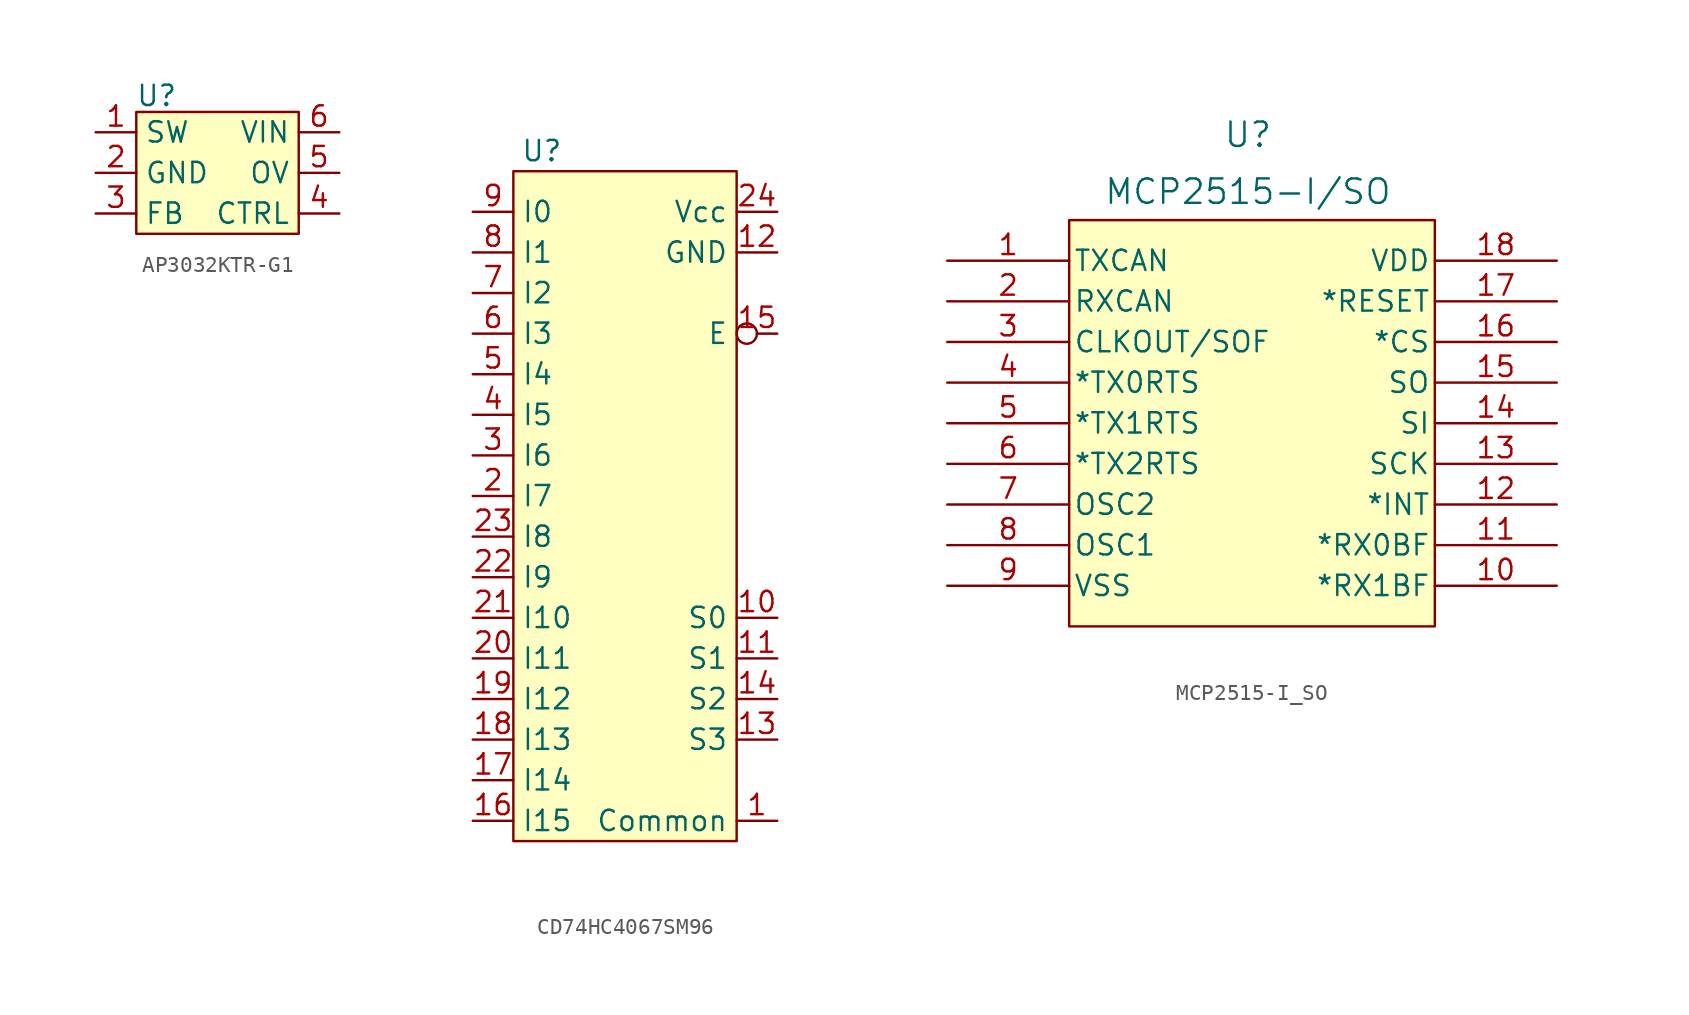
<source format=kicad_sym>
(kicad_symbol_lib
  (version 20231120)
  (generator "kicad_symbol_editor")
  (generator_version "8.0")
  (symbol "AP3032KTR-G1"
    (property "Reference" "U"
      (at 1.27 1.016 0)
      (effects (font (size 1.27 1.27))))
    (property "Value" ""
      (at 0 0 0)
      (effects (font (size 1.27 1.27))))
    (symbol "AP3032KTR-G1_1_1"
      (rectangle (start 0 0) (end 10.16 -7.62) (stroke (width 0) (type default)) (fill (type background)))
      (pin input line (at -2.54 -1.27 0) (length 2.54) (name "SW" (effects (font (size 1.27 1.27)))) (number "1" (effects (font (size 1.27 1.27)))))
      (pin input line (at -2.54 -3.81 0) (length 2.54) (name "GND" (effects (font (size 1.27 1.27)))) (number "2" (effects (font (size 1.27 1.27)))))
      (pin input line (at -2.54 -6.35 0) (length 2.54) (name "FB" (effects (font (size 1.27 1.27)))) (number "3" (effects (font (size 1.27 1.27)))))
      (pin input line (at 12.7 -6.35 180) (length 2.54) (name "CTRL" (effects (font (size 1.27 1.27)))) (number "4" (effects (font (size 1.27 1.27)))))
      (pin input line (at 12.7 -3.81 180) (length 2.54) (name "OV" (effects (font (size 1.27 1.27)))) (number "5" (effects (font (size 1.27 1.27)))))
      (pin input line (at 12.7 -1.27 180) (length 2.54) (name "VIN" (effects (font (size 1.27 1.27)))) (number "6" (effects (font (size 1.27 1.27)))))))
  (symbol "CD74HC4067SM96"
    (property "Reference" "U"
      (at 1.778 1.27 0)
      (effects (font (size 1.27 1.27))))
    (property "Value" ""
      (at 0 -1.27 0)
      (effects (font (size 1.27 1.27))))
    (symbol "CD74HC4067SM96_1_1"
      (rectangle (start 0 0) (end 13.97 -41.91) (stroke (width 0) (type default)) (fill (type background)))
      (pin output line (at 16.51 -40.64 180) (length 2.54) (name "Common" (effects (font (size 1.27 1.27)))) (number "1" (effects (font (size 1.27 1.27)))))
      (pin input line (at 16.51 -27.94 180) (length 2.54) (name "S0" (effects (font (size 1.27 1.27)))) (number "10" (effects (font (size 1.27 1.27)))))
      (pin input line (at 16.51 -30.48 180) (length 2.54) (name "S1" (effects (font (size 1.27 1.27)))) (number "11" (effects (font (size 1.27 1.27)))))
      (pin power_in line (at 16.51 -5.08 180) (length 2.54) (name "GND" (effects (font (size 1.27 1.27)))) (number "12" (effects (font (size 1.27 1.27)))))
      (pin input line (at 16.51 -35.56 180) (length 2.54) (name "S3" (effects (font (size 1.27 1.27)))) (number "13" (effects (font (size 1.27 1.27)))))
      (pin input line (at 16.51 -33.02 180) (length 2.54) (name "S2" (effects (font (size 1.27 1.27)))) (number "14" (effects (font (size 1.27 1.27)))))
      (pin input inverted (at 16.51 -10.16 180) (length 2.54) (name "E" (effects (font (size 1.27 1.27)))) (number "15" (effects (font (size 1.27 1.27)))))
      (pin input line (at -2.54 -40.64 0) (length 2.54) (name "I15" (effects (font (size 1.27 1.27)))) (number "16" (effects (font (size 1.27 1.27)))))
      (pin input line (at -2.54 -38.1 0) (length 2.54) (name "I14" (effects (font (size 1.27 1.27)))) (number "17" (effects (font (size 1.27 1.27)))))
      (pin input line (at -2.54 -35.56 0) (length 2.54) (name "I13" (effects (font (size 1.27 1.27)))) (number "18" (effects (font (size 1.27 1.27)))))
      (pin input line (at -2.54 -33.02 0) (length 2.54) (name "I12" (effects (font (size 1.27 1.27)))) (number "19" (effects (font (size 1.27 1.27)))))
      (pin input line (at -2.54 -20.32 0) (length 2.54) (name "I7" (effects (font (size 1.27 1.27)))) (number "2" (effects (font (size 1.27 1.27)))))
      (pin input line (at -2.54 -30.48 0) (length 2.54) (name "I11" (effects (font (size 1.27 1.27)))) (number "20" (effects (font (size 1.27 1.27)))))
      (pin input line (at -2.54 -27.94 0) (length 2.54) (name "I10" (effects (font (size 1.27 1.27)))) (number "21" (effects (font (size 1.27 1.27)))))
      (pin input line (at -2.54 -25.4 0) (length 2.54) (name "I9" (effects (font (size 1.27 1.27)))) (number "22" (effects (font (size 1.27 1.27)))))
      (pin input line (at -2.54 -22.86 0) (length 2.54) (name "I8" (effects (font (size 1.27 1.27)))) (number "23" (effects (font (size 1.27 1.27)))))
      (pin power_in line (at 16.51 -2.54 180) (length 2.54) (name "Vcc" (effects (font (size 1.27 1.27)))) (number "24" (effects (font (size 1.27 1.27)))))
      (pin input line (at -2.54 -17.78 0) (length 2.54) (name "I6" (effects (font (size 1.27 1.27)))) (number "3" (effects (font (size 1.27 1.27)))))
      (pin input line (at -2.54 -15.24 0) (length 2.54) (name "I5" (effects (font (size 1.27 1.27)))) (number "4" (effects (font (size 1.27 1.27)))))
      (pin input line (at -2.54 -12.7 0) (length 2.54) (name "I4" (effects (font (size 1.27 1.27)))) (number "5" (effects (font (size 1.27 1.27)))))
      (pin input line (at -2.54 -10.16 0) (length 2.54) (name "I3" (effects (font (size 1.27 1.27)))) (number "6" (effects (font (size 1.27 1.27)))))
      (pin input line (at -2.54 -7.62 0) (length 2.54) (name "I2" (effects (font (size 1.27 1.27)))) (number "7" (effects (font (size 1.27 1.27)))))
      (pin input line (at -2.54 -5.08 0) (length 2.54) (name "I1" (effects (font (size 1.27 1.27)))) (number "8" (effects (font (size 1.27 1.27)))))
      (pin input line (at -2.54 -2.54 0) (length 2.54) (name "I0" (effects (font (size 1.27 1.27)))) (number "9" (effects (font (size 1.27 1.27)))))))
  (symbol "MCP2515-I_SO"
    (pin_names
      (offset 0.254))
    (property "Reference" "U"
      (at 18.796 7.874 0)
      (effects (font (size 1.524 1.524))))
    (property "Value" "MCP2515-I/SO"
      (at 18.796 4.318 0)
      (effects (font (size 1.524 1.524))))
    (symbol "MCP2515-I_SO_0_1"
      (pin unspecified line (at 0 0 0) (length 7.62) (name "TXCAN" (effects (font (size 1.27 1.27)))) (number "1" (effects (font (size 1.27 1.27)))))
      (pin unspecified line (at 38.1 -20.32 180) (length 7.62) (name "*RX1BF" (effects (font (size 1.27 1.27)))) (number "10" (effects (font (size 1.27 1.27)))))
      (pin unspecified line (at 38.1 -17.78 180) (length 7.62) (name "*RX0BF" (effects (font (size 1.27 1.27)))) (number "11" (effects (font (size 1.27 1.27)))))
      (pin unspecified line (at 38.1 -15.24 180) (length 7.62) (name "*INT" (effects (font (size 1.27 1.27)))) (number "12" (effects (font (size 1.27 1.27)))))
      (pin unspecified line (at 38.1 -12.7 180) (length 7.62) (name "SCK" (effects (font (size 1.27 1.27)))) (number "13" (effects (font (size 1.27 1.27)))))
      (pin unspecified line (at 38.1 -10.16 180) (length 7.62) (name "SI" (effects (font (size 1.27 1.27)))) (number "14" (effects (font (size 1.27 1.27)))))
      (pin unspecified line (at 38.1 -7.62 180) (length 7.62) (name "SO" (effects (font (size 1.27 1.27)))) (number "15" (effects (font (size 1.27 1.27)))))
      (pin unspecified line (at 38.1 -5.08 180) (length 7.62) (name "*CS" (effects (font (size 1.27 1.27)))) (number "16" (effects (font (size 1.27 1.27)))))
      (pin unspecified line (at 38.1 -2.54 180) (length 7.62) (name "*RESET" (effects (font (size 1.27 1.27)))) (number "17" (effects (font (size 1.27 1.27)))))
      (pin unspecified line (at 38.1 0 180) (length 7.62) (name "VDD" (effects (font (size 1.27 1.27)))) (number "18" (effects (font (size 1.27 1.27)))))
      (pin unspecified line (at 0 -2.54 0) (length 7.62) (name "RXCAN" (effects (font (size 1.27 1.27)))) (number "2" (effects (font (size 1.27 1.27)))))
      (pin unspecified line (at 0 -5.08 0) (length 7.62) (name "CLKOUT/SOF" (effects (font (size 1.27 1.27)))) (number "3" (effects (font (size 1.27 1.27)))))
      (pin unspecified line (at 0 -7.62 0) (length 7.62) (name "*TX0RTS" (effects (font (size 1.27 1.27)))) (number "4" (effects (font (size 1.27 1.27)))))
      (pin unspecified line (at 0 -10.16 0) (length 7.62) (name "*TX1RTS" (effects (font (size 1.27 1.27)))) (number "5" (effects (font (size 1.27 1.27)))))
      (pin unspecified line (at 0 -12.7 0) (length 7.62) (name "*TX2RTS" (effects (font (size 1.27 1.27)))) (number "6" (effects (font (size 1.27 1.27)))))
      (pin unspecified line (at 0 -15.24 0) (length 7.62) (name "OSC2" (effects (font (size 1.27 1.27)))) (number "7" (effects (font (size 1.27 1.27)))))
      (pin unspecified line (at 0 -17.78 0) (length 7.62) (name "OSC1" (effects (font (size 1.27 1.27)))) (number "8" (effects (font (size 1.27 1.27)))))
      (pin unspecified line (at 0 -20.32 0) (length 7.62) (name "VSS" (effects (font (size 1.27 1.27)))) (number "9" (effects (font (size 1.27 1.27))))))
    (symbol "MCP2515-I_SO_1_1"
      (rectangle (start 7.62 2.54) (end 30.48 -22.86) (stroke (width 0) (type default)) (fill (type background))))))
</source>
